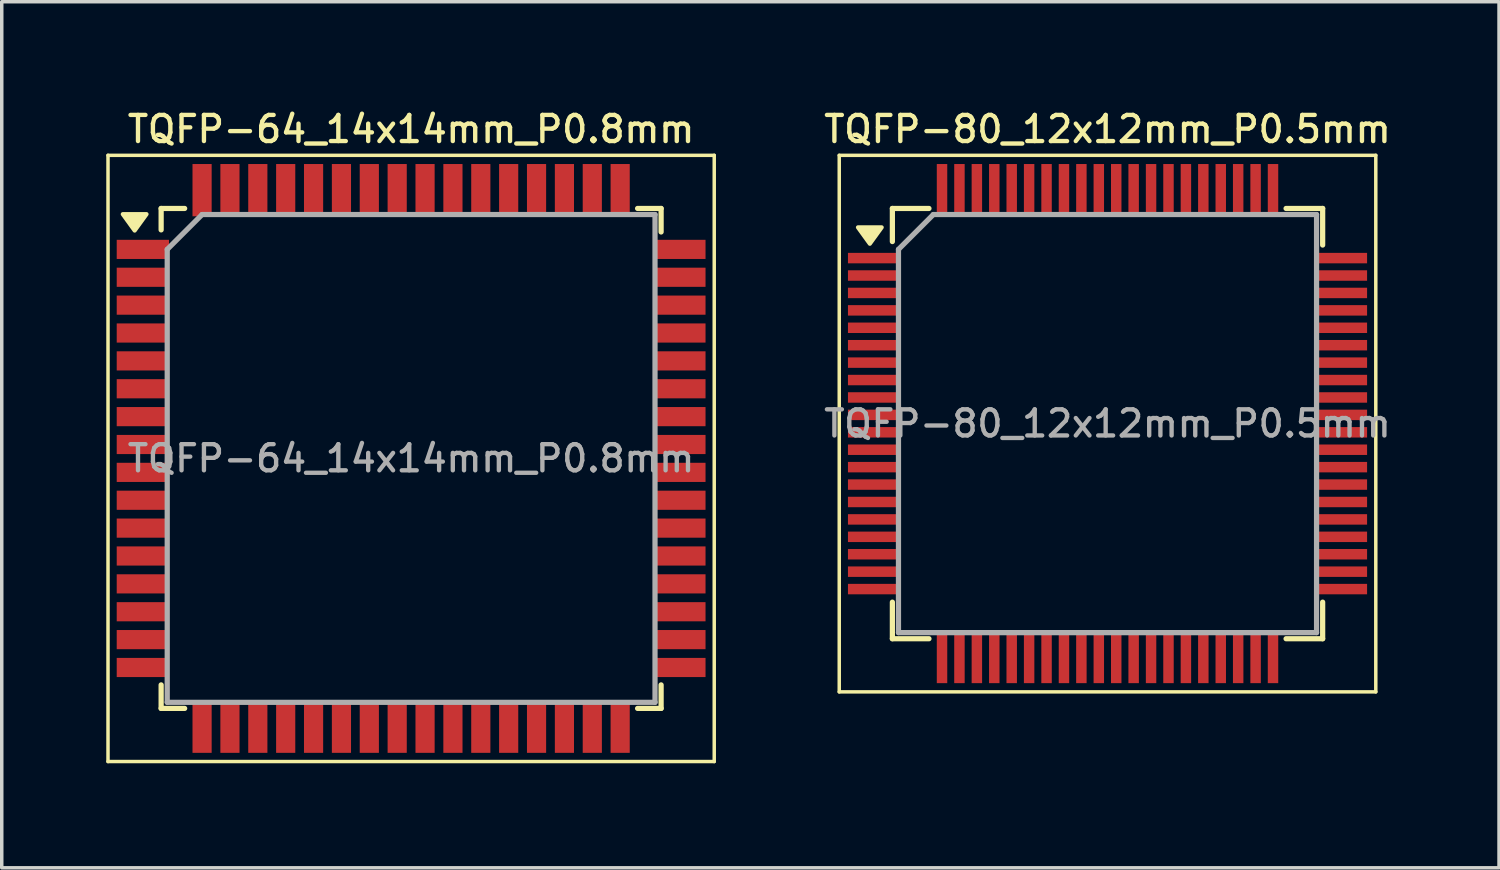
<source format=kicad_pcb>
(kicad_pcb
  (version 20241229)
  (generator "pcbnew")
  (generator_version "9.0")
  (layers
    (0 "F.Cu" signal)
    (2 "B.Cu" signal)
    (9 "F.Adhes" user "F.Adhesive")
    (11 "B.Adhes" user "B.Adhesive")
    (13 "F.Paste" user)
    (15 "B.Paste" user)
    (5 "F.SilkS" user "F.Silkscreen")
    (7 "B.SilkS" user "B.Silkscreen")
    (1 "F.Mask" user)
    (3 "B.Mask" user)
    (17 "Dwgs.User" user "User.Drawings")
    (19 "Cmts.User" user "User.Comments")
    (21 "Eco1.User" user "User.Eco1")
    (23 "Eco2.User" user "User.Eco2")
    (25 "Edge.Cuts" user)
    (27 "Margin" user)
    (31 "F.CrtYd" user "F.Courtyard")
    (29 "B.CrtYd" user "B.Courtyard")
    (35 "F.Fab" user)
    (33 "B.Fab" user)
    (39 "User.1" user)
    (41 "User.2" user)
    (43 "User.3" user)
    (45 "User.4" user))
  (footprint "TQFP-64_14x14mm_P0.8mm"
    (layer "F.Cu")
    (at 8.75 10.108)
    (property "Reference" "TQFP-64_14x14mm_P0.8mm" (at 0 -9.45 0) (layer "F.SilkS") (effects (font (size 0.75 0.75) (thickness 0.125))))
    (attr smd)
    (fp_line (start -8.7 -8.7) (end -8.7 8.7) (stroke (width 0.1) (type solid)) (layer "F.SilkS"))
    (fp_line (start -8.7 -8.7) (end 8.7 -8.7) (stroke (width 0.1) (type solid)) (layer "F.SilkS"))
    (fp_line (start -8.7 8.7) (end 8.7 8.7) (stroke (width 0.1) (type solid)) (layer "F.SilkS"))
    (fp_line (start -7.175 -7.175) (end -7.175 -6.56) (stroke (width 0.15) (type solid)) (layer "F.SilkS"))
    (fp_line (start -7.175 -7.175) (end -6.5 -7.175) (stroke (width 0.15) (type solid)) (layer "F.SilkS"))
    (fp_line (start -7.175 7.175) (end -7.175 6.5) (stroke (width 0.15) (type solid)) (layer "F.SilkS"))
    (fp_line (start -7.175 7.175) (end -6.5 7.175) (stroke (width 0.15) (type solid)) (layer "F.SilkS"))
    (fp_line (start 7.175 -7.175) (end 6.5 -7.175) (stroke (width 0.15) (type solid)) (layer "F.SilkS"))
    (fp_line (start 7.175 -7.175) (end 7.175 -6.5) (stroke (width 0.15) (type solid)) (layer "F.SilkS"))
    (fp_line (start 7.175 7.175) (end 6.5 7.175) (stroke (width 0.15) (type solid)) (layer "F.SilkS"))
    (fp_line (start 7.175 7.175) (end 7.175 6.5) (stroke (width 0.15) (type solid)) (layer "F.SilkS"))
    (fp_line (start 8.7 -8.7) (end 8.7 8.7) (stroke (width 0.1) (type solid)) (layer "F.SilkS"))
    (fp_poly (pts (xy -7.935 -6.541) (xy -8.275 -7.011) (xy -7.595 -7.011) (xy -7.935 -6.541)) (stroke (width 0.12) (type solid)) (fill yes) (layer "F.SilkS"))
    (fp_line (start -7 -6) (end -6 -7) (stroke (width 0.15) (type solid)) (layer "F.Fab"))
    (fp_line (start -7 7) (end -7 -6) (stroke (width 0.15) (type solid)) (layer "F.Fab"))
    (fp_line (start -6 -7) (end 7 -7) (stroke (width 0.15) (type solid)) (layer "F.Fab"))
    (fp_line (start 7 -7) (end 7 7) (stroke (width 0.15) (type solid)) (layer "F.Fab"))
    (fp_line (start 7 7) (end -7 7) (stroke (width 0.15) (type solid)) (layer "F.Fab"))
    (fp_text user "${REFERENCE}" (at 0 0 0) (layer "F.Fab") (effects (font (size 0.75 0.75) (thickness 0.125))))
    (pad "1" smd rect (at -7.7 -6) (size 1.5 0.55) (layers "F.Cu" "F.Mask" "F.Paste"))
    (pad "2" smd rect (at -7.7 -5.2) (size 1.5 0.55) (layers "F.Cu" "F.Mask" "F.Paste"))
    (pad "3" smd rect (at -7.7 -4.4) (size 1.5 0.55) (layers "F.Cu" "F.Mask" "F.Paste"))
    (pad "4" smd rect (at -7.7 -3.6) (size 1.5 0.55) (layers "F.Cu" "F.Mask" "F.Paste"))
    (pad "5" smd rect (at -7.7 -2.8) (size 1.5 0.55) (layers "F.Cu" "F.Mask" "F.Paste"))
    (pad "6" smd rect (at -7.7 -2) (size 1.5 0.55) (layers "F.Cu" "F.Mask" "F.Paste"))
    (pad "7" smd rect (at -7.7 -1.2) (size 1.5 0.55) (layers "F.Cu" "F.Mask" "F.Paste"))
    (pad "8" smd rect (at -7.7 -0.4) (size 1.5 0.55) (layers "F.Cu" "F.Mask" "F.Paste"))
    (pad "9" smd rect (at -7.7 0.4) (size 1.5 0.55) (layers "F.Cu" "F.Mask" "F.Paste"))
    (pad "10" smd rect (at -7.7 1.2) (size 1.5 0.55) (layers "F.Cu" "F.Mask" "F.Paste"))
    (pad "11" smd rect (at -7.7 2) (size 1.5 0.55) (layers "F.Cu" "F.Mask" "F.Paste"))
    (pad "12" smd rect (at -7.7 2.8) (size 1.5 0.55) (layers "F.Cu" "F.Mask" "F.Paste"))
    (pad "13" smd rect (at -7.7 3.6) (size 1.5 0.55) (layers "F.Cu" "F.Mask" "F.Paste"))
    (pad "14" smd rect (at -7.7 4.4) (size 1.5 0.55) (layers "F.Cu" "F.Mask" "F.Paste"))
    (pad "15" smd rect (at -7.7 5.2) (size 1.5 0.55) (layers "F.Cu" "F.Mask" "F.Paste"))
    (pad "16" smd rect (at -7.7 6) (size 1.5 0.55) (layers "F.Cu" "F.Mask" "F.Paste"))
    (pad "17" smd rect (at -6 7.7 90) (size 1.5 0.55) (layers "F.Cu" "F.Mask" "F.Paste"))
    (pad "18" smd rect (at -5.2 7.7 90) (size 1.5 0.55) (layers "F.Cu" "F.Mask" "F.Paste"))
    (pad "19" smd rect (at -4.4 7.7 90) (size 1.5 0.55) (layers "F.Cu" "F.Mask" "F.Paste"))
    (pad "20" smd rect (at -3.6 7.7 90) (size 1.5 0.55) (layers "F.Cu" "F.Mask" "F.Paste"))
    (pad "21" smd rect (at -2.8 7.7 90) (size 1.5 0.55) (layers "F.Cu" "F.Mask" "F.Paste"))
    (pad "22" smd rect (at -2 7.7 90) (size 1.5 0.55) (layers "F.Cu" "F.Mask" "F.Paste"))
    (pad "23" smd rect (at -1.2 7.7 90) (size 1.5 0.55) (layers "F.Cu" "F.Mask" "F.Paste"))
    (pad "24" smd rect (at -0.4 7.7 90) (size 1.5 0.55) (layers "F.Cu" "F.Mask" "F.Paste"))
    (pad "25" smd rect (at 0.4 7.7 90) (size 1.5 0.55) (layers "F.Cu" "F.Mask" "F.Paste"))
    (pad "26" smd rect (at 1.2 7.7 90) (size 1.5 0.55) (layers "F.Cu" "F.Mask" "F.Paste"))
    (pad "27" smd rect (at 2 7.7 90) (size 1.5 0.55) (layers "F.Cu" "F.Mask" "F.Paste"))
    (pad "28" smd rect (at 2.8 7.7 90) (size 1.5 0.55) (layers "F.Cu" "F.Mask" "F.Paste"))
    (pad "29" smd rect (at 3.6 7.7 90) (size 1.5 0.55) (layers "F.Cu" "F.Mask" "F.Paste"))
    (pad "30" smd rect (at 4.4 7.7 90) (size 1.5 0.55) (layers "F.Cu" "F.Mask" "F.Paste"))
    (pad "31" smd rect (at 5.2 7.7 90) (size 1.5 0.55) (layers "F.Cu" "F.Mask" "F.Paste"))
    (pad "32" smd rect (at 6 7.7 90) (size 1.5 0.55) (layers "F.Cu" "F.Mask" "F.Paste"))
    (pad "33" smd rect (at 7.7 6) (size 1.5 0.55) (layers "F.Cu" "F.Mask" "F.Paste"))
    (pad "34" smd rect (at 7.7 5.2) (size 1.5 0.55) (layers "F.Cu" "F.Mask" "F.Paste"))
    (pad "35" smd rect (at 7.7 4.4) (size 1.5 0.55) (layers "F.Cu" "F.Mask" "F.Paste"))
    (pad "36" smd rect (at 7.7 3.6) (size 1.5 0.55) (layers "F.Cu" "F.Mask" "F.Paste"))
    (pad "37" smd rect (at 7.7 2.8) (size 1.5 0.55) (layers "F.Cu" "F.Mask" "F.Paste"))
    (pad "38" smd rect (at 7.7 2) (size 1.5 0.55) (layers "F.Cu" "F.Mask" "F.Paste"))
    (pad "39" smd rect (at 7.7 1.2) (size 1.5 0.55) (layers "F.Cu" "F.Mask" "F.Paste"))
    (pad "40" smd rect (at 7.7 0.4) (size 1.5 0.55) (layers "F.Cu" "F.Mask" "F.Paste"))
    (pad "41" smd rect (at 7.7 -0.4) (size 1.5 0.55) (layers "F.Cu" "F.Mask" "F.Paste"))
    (pad "42" smd rect (at 7.7 -1.2) (size 1.5 0.55) (layers "F.Cu" "F.Mask" "F.Paste"))
    (pad "43" smd rect (at 7.7 -2) (size 1.5 0.55) (layers "F.Cu" "F.Mask" "F.Paste"))
    (pad "44" smd rect (at 7.7 -2.8) (size 1.5 0.55) (layers "F.Cu" "F.Mask" "F.Paste"))
    (pad "45" smd rect (at 7.7 -3.6) (size 1.5 0.55) (layers "F.Cu" "F.Mask" "F.Paste"))
    (pad "46" smd rect (at 7.7 -4.4) (size 1.5 0.55) (layers "F.Cu" "F.Mask" "F.Paste"))
    (pad "47" smd rect (at 7.7 -5.2) (size 1.5 0.55) (layers "F.Cu" "F.Mask" "F.Paste"))
    (pad "48" smd rect (at 7.7 -6) (size 1.5 0.55) (layers "F.Cu" "F.Mask" "F.Paste"))
    (pad "49" smd rect (at 6 -7.7 90) (size 1.5 0.55) (layers "F.Cu" "F.Mask" "F.Paste"))
    (pad "50" smd rect (at 5.2 -7.7 90) (size 1.5 0.55) (layers "F.Cu" "F.Mask" "F.Paste"))
    (pad "51" smd rect (at 4.4 -7.7 90) (size 1.5 0.55) (layers "F.Cu" "F.Mask" "F.Paste"))
    (pad "52" smd rect (at 3.6 -7.7 90) (size 1.5 0.55) (layers "F.Cu" "F.Mask" "F.Paste"))
    (pad "53" smd rect (at 2.8 -7.7 90) (size 1.5 0.55) (layers "F.Cu" "F.Mask" "F.Paste"))
    (pad "54" smd rect (at 2 -7.7 90) (size 1.5 0.55) (layers "F.Cu" "F.Mask" "F.Paste"))
    (pad "55" smd rect (at 1.2 -7.7 90) (size 1.5 0.55) (layers "F.Cu" "F.Mask" "F.Paste"))
    (pad "56" smd rect (at 0.4 -7.7 90) (size 1.5 0.55) (layers "F.Cu" "F.Mask" "F.Paste"))
    (pad "57" smd rect (at -0.4 -7.7 90) (size 1.5 0.55) (layers "F.Cu" "F.Mask" "F.Paste"))
    (pad "58" smd rect (at -1.2 -7.7 90) (size 1.5 0.55) (layers "F.Cu" "F.Mask" "F.Paste"))
    (pad "59" smd rect (at -2 -7.7 90) (size 1.5 0.55) (layers "F.Cu" "F.Mask" "F.Paste"))
    (pad "60" smd rect (at -2.8 -7.7 90) (size 1.5 0.55) (layers "F.Cu" "F.Mask" "F.Paste"))
    (pad "61" smd rect (at -3.6 -7.7 90) (size 1.5 0.55) (layers "F.Cu" "F.Mask" "F.Paste"))
    (pad "62" smd rect (at -4.4 -7.7 90) (size 1.5 0.55) (layers "F.Cu" "F.Mask" "F.Paste"))
    (pad "63" smd rect (at -5.2 -7.7 90) (size 1.5 0.55) (layers "F.Cu" "F.Mask" "F.Paste"))
    (pad "64" smd rect (at -6 -7.7 90) (size 1.5 0.55) (layers "F.Cu" "F.Mask" "F.Paste")))
  (footprint "TQFP-80_12x12mm_P0.5mm"
    (layer "F.Cu")
    (at 28.738 9.108)
    (property "Reference" "TQFP-80_12x12mm_P0.5mm" (at 0 -8.45 0) (layer "F.SilkS") (effects (font (size 0.75 0.75) (thickness 0.125))))
    (attr smd)
    (fp_line (start -7.7 -7.7) (end -7.7 7.7) (stroke (width 0.1) (type solid)) (layer "F.SilkS"))
    (fp_line (start -7.7 -7.7) (end 7.7 -7.7) (stroke (width 0.1) (type solid)) (layer "F.SilkS"))
    (fp_line (start -7.7 7.7) (end 7.7 7.7) (stroke (width 0.1) (type solid)) (layer "F.SilkS"))
    (fp_line (start -6.175 -6.175) (end -6.175 -5.225) (stroke (width 0.15) (type solid)) (layer "F.SilkS"))
    (fp_line (start -6.175 -6.175) (end -5.125 -6.175) (stroke (width 0.15) (type solid)) (layer "F.SilkS"))
    (fp_line (start -6.175 6.175) (end -6.175 5.125) (stroke (width 0.15) (type solid)) (layer "F.SilkS"))
    (fp_line (start -6.175 6.175) (end -5.125 6.175) (stroke (width 0.15) (type solid)) (layer "F.SilkS"))
    (fp_line (start 6.175 -6.175) (end 5.125 -6.175) (stroke (width 0.15) (type solid)) (layer "F.SilkS"))
    (fp_line (start 6.175 -6.175) (end 6.175 -5.125) (stroke (width 0.15) (type solid)) (layer "F.SilkS"))
    (fp_line (start 6.175 6.175) (end 5.125 6.175) (stroke (width 0.15) (type solid)) (layer "F.SilkS"))
    (fp_line (start 6.175 6.175) (end 6.175 5.125) (stroke (width 0.15) (type solid)) (layer "F.SilkS"))
    (fp_line (start 7.7 -7.7) (end 7.7 7.7) (stroke (width 0.1) (type solid)) (layer "F.SilkS"))
    (fp_poly (pts (xy -6.822 -5.162) (xy -7.162 -5.632) (xy -6.482 -5.632) (xy -6.822 -5.162)) (stroke (width 0.12) (type solid)) (fill yes) (layer "F.SilkS"))
    (fp_line (start -6 -5) (end -5 -6) (stroke (width 0.15) (type solid)) (layer "F.Fab"))
    (fp_line (start -6 6) (end -6 -5) (stroke (width 0.15) (type solid)) (layer "F.Fab"))
    (fp_line (start -5 -6) (end 6 -6) (stroke (width 0.15) (type solid)) (layer "F.Fab"))
    (fp_line (start 6 -6) (end 6 6) (stroke (width 0.15) (type solid)) (layer "F.Fab"))
    (fp_line (start 6 6) (end -6 6) (stroke (width 0.15) (type solid)) (layer "F.Fab"))
    (fp_text user "${REFERENCE}" (at 0 0 0) (layer "F.Fab") (effects (font (size 0.75 0.75) (thickness 0.125))))
    (pad "1" smd rect (at -6.7 -4.75) (size 1.5 0.3) (layers "F.Cu" "F.Mask" "F.Paste"))
    (pad "2" smd rect (at -6.7 -4.25) (size 1.5 0.3) (layers "F.Cu" "F.Mask" "F.Paste"))
    (pad "3" smd rect (at -6.7 -3.75) (size 1.5 0.3) (layers "F.Cu" "F.Mask" "F.Paste"))
    (pad "4" smd rect (at -6.7 -3.25) (size 1.5 0.3) (layers "F.Cu" "F.Mask" "F.Paste"))
    (pad "5" smd rect (at -6.7 -2.75) (size 1.5 0.3) (layers "F.Cu" "F.Mask" "F.Paste"))
    (pad "6" smd rect (at -6.7 -2.25) (size 1.5 0.3) (layers "F.Cu" "F.Mask" "F.Paste"))
    (pad "7" smd rect (at -6.7 -1.75) (size 1.5 0.3) (layers "F.Cu" "F.Mask" "F.Paste"))
    (pad "8" smd rect (at -6.7 -1.25) (size 1.5 0.3) (layers "F.Cu" "F.Mask" "F.Paste"))
    (pad "9" smd rect (at -6.7 -0.75) (size 1.5 0.3) (layers "F.Cu" "F.Mask" "F.Paste"))
    (pad "10" smd rect (at -6.7 -0.25) (size 1.5 0.3) (layers "F.Cu" "F.Mask" "F.Paste"))
    (pad "11" smd rect (at -6.7 0.25) (size 1.5 0.3) (layers "F.Cu" "F.Mask" "F.Paste"))
    (pad "12" smd rect (at -6.7 0.75) (size 1.5 0.3) (layers "F.Cu" "F.Mask" "F.Paste"))
    (pad "13" smd rect (at -6.7 1.25) (size 1.5 0.3) (layers "F.Cu" "F.Mask" "F.Paste"))
    (pad "14" smd rect (at -6.7 1.75) (size 1.5 0.3) (layers "F.Cu" "F.Mask" "F.Paste"))
    (pad "15" smd rect (at -6.7 2.25) (size 1.5 0.3) (layers "F.Cu" "F.Mask" "F.Paste"))
    (pad "16" smd rect (at -6.7 2.75) (size 1.5 0.3) (layers "F.Cu" "F.Mask" "F.Paste"))
    (pad "17" smd rect (at -6.7 3.25) (size 1.5 0.3) (layers "F.Cu" "F.Mask" "F.Paste"))
    (pad "18" smd rect (at -6.7 3.75) (size 1.5 0.3) (layers "F.Cu" "F.Mask" "F.Paste"))
    (pad "19" smd rect (at -6.7 4.25) (size 1.5 0.3) (layers "F.Cu" "F.Mask" "F.Paste"))
    (pad "20" smd rect (at -6.7 4.75) (size 1.5 0.3) (layers "F.Cu" "F.Mask" "F.Paste"))
    (pad "21" smd rect (at -4.75 6.7 90) (size 1.5 0.3) (layers "F.Cu" "F.Mask" "F.Paste"))
    (pad "22" smd rect (at -4.25 6.7 90) (size 1.5 0.3) (layers "F.Cu" "F.Mask" "F.Paste"))
    (pad "23" smd rect (at -3.75 6.7 90) (size 1.5 0.3) (layers "F.Cu" "F.Mask" "F.Paste"))
    (pad "24" smd rect (at -3.25 6.7 90) (size 1.5 0.3) (layers "F.Cu" "F.Mask" "F.Paste"))
    (pad "25" smd rect (at -2.75 6.7 90) (size 1.5 0.3) (layers "F.Cu" "F.Mask" "F.Paste"))
    (pad "26" smd rect (at -2.25 6.7 90) (size 1.5 0.3) (layers "F.Cu" "F.Mask" "F.Paste"))
    (pad "27" smd rect (at -1.75 6.7 90) (size 1.5 0.3) (layers "F.Cu" "F.Mask" "F.Paste"))
    (pad "28" smd rect (at -1.25 6.7 90) (size 1.5 0.3) (layers "F.Cu" "F.Mask" "F.Paste"))
    (pad "29" smd rect (at -0.75 6.7 90) (size 1.5 0.3) (layers "F.Cu" "F.Mask" "F.Paste"))
    (pad "30" smd rect (at -0.25 6.7 90) (size 1.5 0.3) (layers "F.Cu" "F.Mask" "F.Paste"))
    (pad "31" smd rect (at 0.25 6.7 90) (size 1.5 0.3) (layers "F.Cu" "F.Mask" "F.Paste"))
    (pad "32" smd rect (at 0.75 6.7 90) (size 1.5 0.3) (layers "F.Cu" "F.Mask" "F.Paste"))
    (pad "33" smd rect (at 1.25 6.7 90) (size 1.5 0.3) (layers "F.Cu" "F.Mask" "F.Paste"))
    (pad "34" smd rect (at 1.75 6.7 90) (size 1.5 0.3) (layers "F.Cu" "F.Mask" "F.Paste"))
    (pad "35" smd rect (at 2.25 6.7 90) (size 1.5 0.3) (layers "F.Cu" "F.Mask" "F.Paste"))
    (pad "36" smd rect (at 2.75 6.7 90) (size 1.5 0.3) (layers "F.Cu" "F.Mask" "F.Paste"))
    (pad "37" smd rect (at 3.25 6.7 90) (size 1.5 0.3) (layers "F.Cu" "F.Mask" "F.Paste"))
    (pad "38" smd rect (at 3.75 6.7 90) (size 1.5 0.3) (layers "F.Cu" "F.Mask" "F.Paste"))
    (pad "39" smd rect (at 4.25 6.7 90) (size 1.5 0.3) (layers "F.Cu" "F.Mask" "F.Paste"))
    (pad "40" smd rect (at 4.75 6.7 90) (size 1.5 0.3) (layers "F.Cu" "F.Mask" "F.Paste"))
    (pad "41" smd rect (at 6.7 4.75) (size 1.5 0.3) (layers "F.Cu" "F.Mask" "F.Paste"))
    (pad "42" smd rect (at 6.7 4.25) (size 1.5 0.3) (layers "F.Cu" "F.Mask" "F.Paste"))
    (pad "43" smd rect (at 6.7 3.75) (size 1.5 0.3) (layers "F.Cu" "F.Mask" "F.Paste"))
    (pad "44" smd rect (at 6.7 3.25) (size 1.5 0.3) (layers "F.Cu" "F.Mask" "F.Paste"))
    (pad "45" smd rect (at 6.7 2.75) (size 1.5 0.3) (layers "F.Cu" "F.Mask" "F.Paste"))
    (pad "46" smd rect (at 6.7 2.25) (size 1.5 0.3) (layers "F.Cu" "F.Mask" "F.Paste"))
    (pad "47" smd rect (at 6.7 1.75) (size 1.5 0.3) (layers "F.Cu" "F.Mask" "F.Paste"))
    (pad "48" smd rect (at 6.7 1.25) (size 1.5 0.3) (layers "F.Cu" "F.Mask" "F.Paste"))
    (pad "49" smd rect (at 6.7 0.75) (size 1.5 0.3) (layers "F.Cu" "F.Mask" "F.Paste"))
    (pad "50" smd rect (at 6.7 0.25) (size 1.5 0.3) (layers "F.Cu" "F.Mask" "F.Paste"))
    (pad "51" smd rect (at 6.7 -0.25) (size 1.5 0.3) (layers "F.Cu" "F.Mask" "F.Paste"))
    (pad "52" smd rect (at 6.7 -0.75) (size 1.5 0.3) (layers "F.Cu" "F.Mask" "F.Paste"))
    (pad "53" smd rect (at 6.7 -1.25) (size 1.5 0.3) (layers "F.Cu" "F.Mask" "F.Paste"))
    (pad "54" smd rect (at 6.7 -1.75) (size 1.5 0.3) (layers "F.Cu" "F.Mask" "F.Paste"))
    (pad "55" smd rect (at 6.7 -2.25) (size 1.5 0.3) (layers "F.Cu" "F.Mask" "F.Paste"))
    (pad "56" smd rect (at 6.7 -2.75) (size 1.5 0.3) (layers "F.Cu" "F.Mask" "F.Paste"))
    (pad "57" smd rect (at 6.7 -3.25) (size 1.5 0.3) (layers "F.Cu" "F.Mask" "F.Paste"))
    (pad "58" smd rect (at 6.7 -3.75) (size 1.5 0.3) (layers "F.Cu" "F.Mask" "F.Paste"))
    (pad "59" smd rect (at 6.7 -4.25) (size 1.5 0.3) (layers "F.Cu" "F.Mask" "F.Paste"))
    (pad "60" smd rect (at 6.7 -4.75) (size 1.5 0.3) (layers "F.Cu" "F.Mask" "F.Paste"))
    (pad "61" smd rect (at 4.75 -6.7 90) (size 1.5 0.3) (layers "F.Cu" "F.Mask" "F.Paste"))
    (pad "62" smd rect (at 4.25 -6.7 90) (size 1.5 0.3) (layers "F.Cu" "F.Mask" "F.Paste"))
    (pad "63" smd rect (at 3.75 -6.7 90) (size 1.5 0.3) (layers "F.Cu" "F.Mask" "F.Paste"))
    (pad "64" smd rect (at 3.25 -6.7 90) (size 1.5 0.3) (layers "F.Cu" "F.Mask" "F.Paste"))
    (pad "65" smd rect (at 2.75 -6.7 90) (size 1.5 0.3) (layers "F.Cu" "F.Mask" "F.Paste"))
    (pad "66" smd rect (at 2.25 -6.7 90) (size 1.5 0.3) (layers "F.Cu" "F.Mask" "F.Paste"))
    (pad "67" smd rect (at 1.75 -6.7 90) (size 1.5 0.3) (layers "F.Cu" "F.Mask" "F.Paste"))
    (pad "68" smd rect (at 1.25 -6.7 90) (size 1.5 0.3) (layers "F.Cu" "F.Mask" "F.Paste"))
    (pad "69" smd rect (at 0.75 -6.7 90) (size 1.5 0.3) (layers "F.Cu" "F.Mask" "F.Paste"))
    (pad "70" smd rect (at 0.25 -6.7 90) (size 1.5 0.3) (layers "F.Cu" "F.Mask" "F.Paste"))
    (pad "71" smd rect (at -0.25 -6.7 90) (size 1.5 0.3) (layers "F.Cu" "F.Mask" "F.Paste"))
    (pad "72" smd rect (at -0.75 -6.7 90) (size 1.5 0.3) (layers "F.Cu" "F.Mask" "F.Paste"))
    (pad "73" smd rect (at -1.25 -6.7 90) (size 1.5 0.3) (layers "F.Cu" "F.Mask" "F.Paste"))
    (pad "74" smd rect (at -1.75 -6.7 90) (size 1.5 0.3) (layers "F.Cu" "F.Mask" "F.Paste"))
    (pad "75" smd rect (at -2.25 -6.7 90) (size 1.5 0.3) (layers "F.Cu" "F.Mask" "F.Paste"))
    (pad "76" smd rect (at -2.75 -6.7 90) (size 1.5 0.3) (layers "F.Cu" "F.Mask" "F.Paste"))
    (pad "77" smd rect (at -3.25 -6.7 90) (size 1.5 0.3) (layers "F.Cu" "F.Mask" "F.Paste"))
    (pad "78" smd rect (at -3.75 -6.7 90) (size 1.5 0.3) (layers "F.Cu" "F.Mask" "F.Paste"))
    (pad "79" smd rect (at -4.25 -6.7 90) (size 1.5 0.3) (layers "F.Cu" "F.Mask" "F.Paste"))
    (pad "80" smd rect (at -4.75 -6.7 90) (size 1.5 0.3) (layers "F.Cu" "F.Mask" "F.Paste")))
  (gr_rect
    (start -3 -3)
    (end 39.975 21.858)
    (stroke (width 0.1) (type default))
    (fill no)
    (layer "Edge.Cuts")))
</source>
